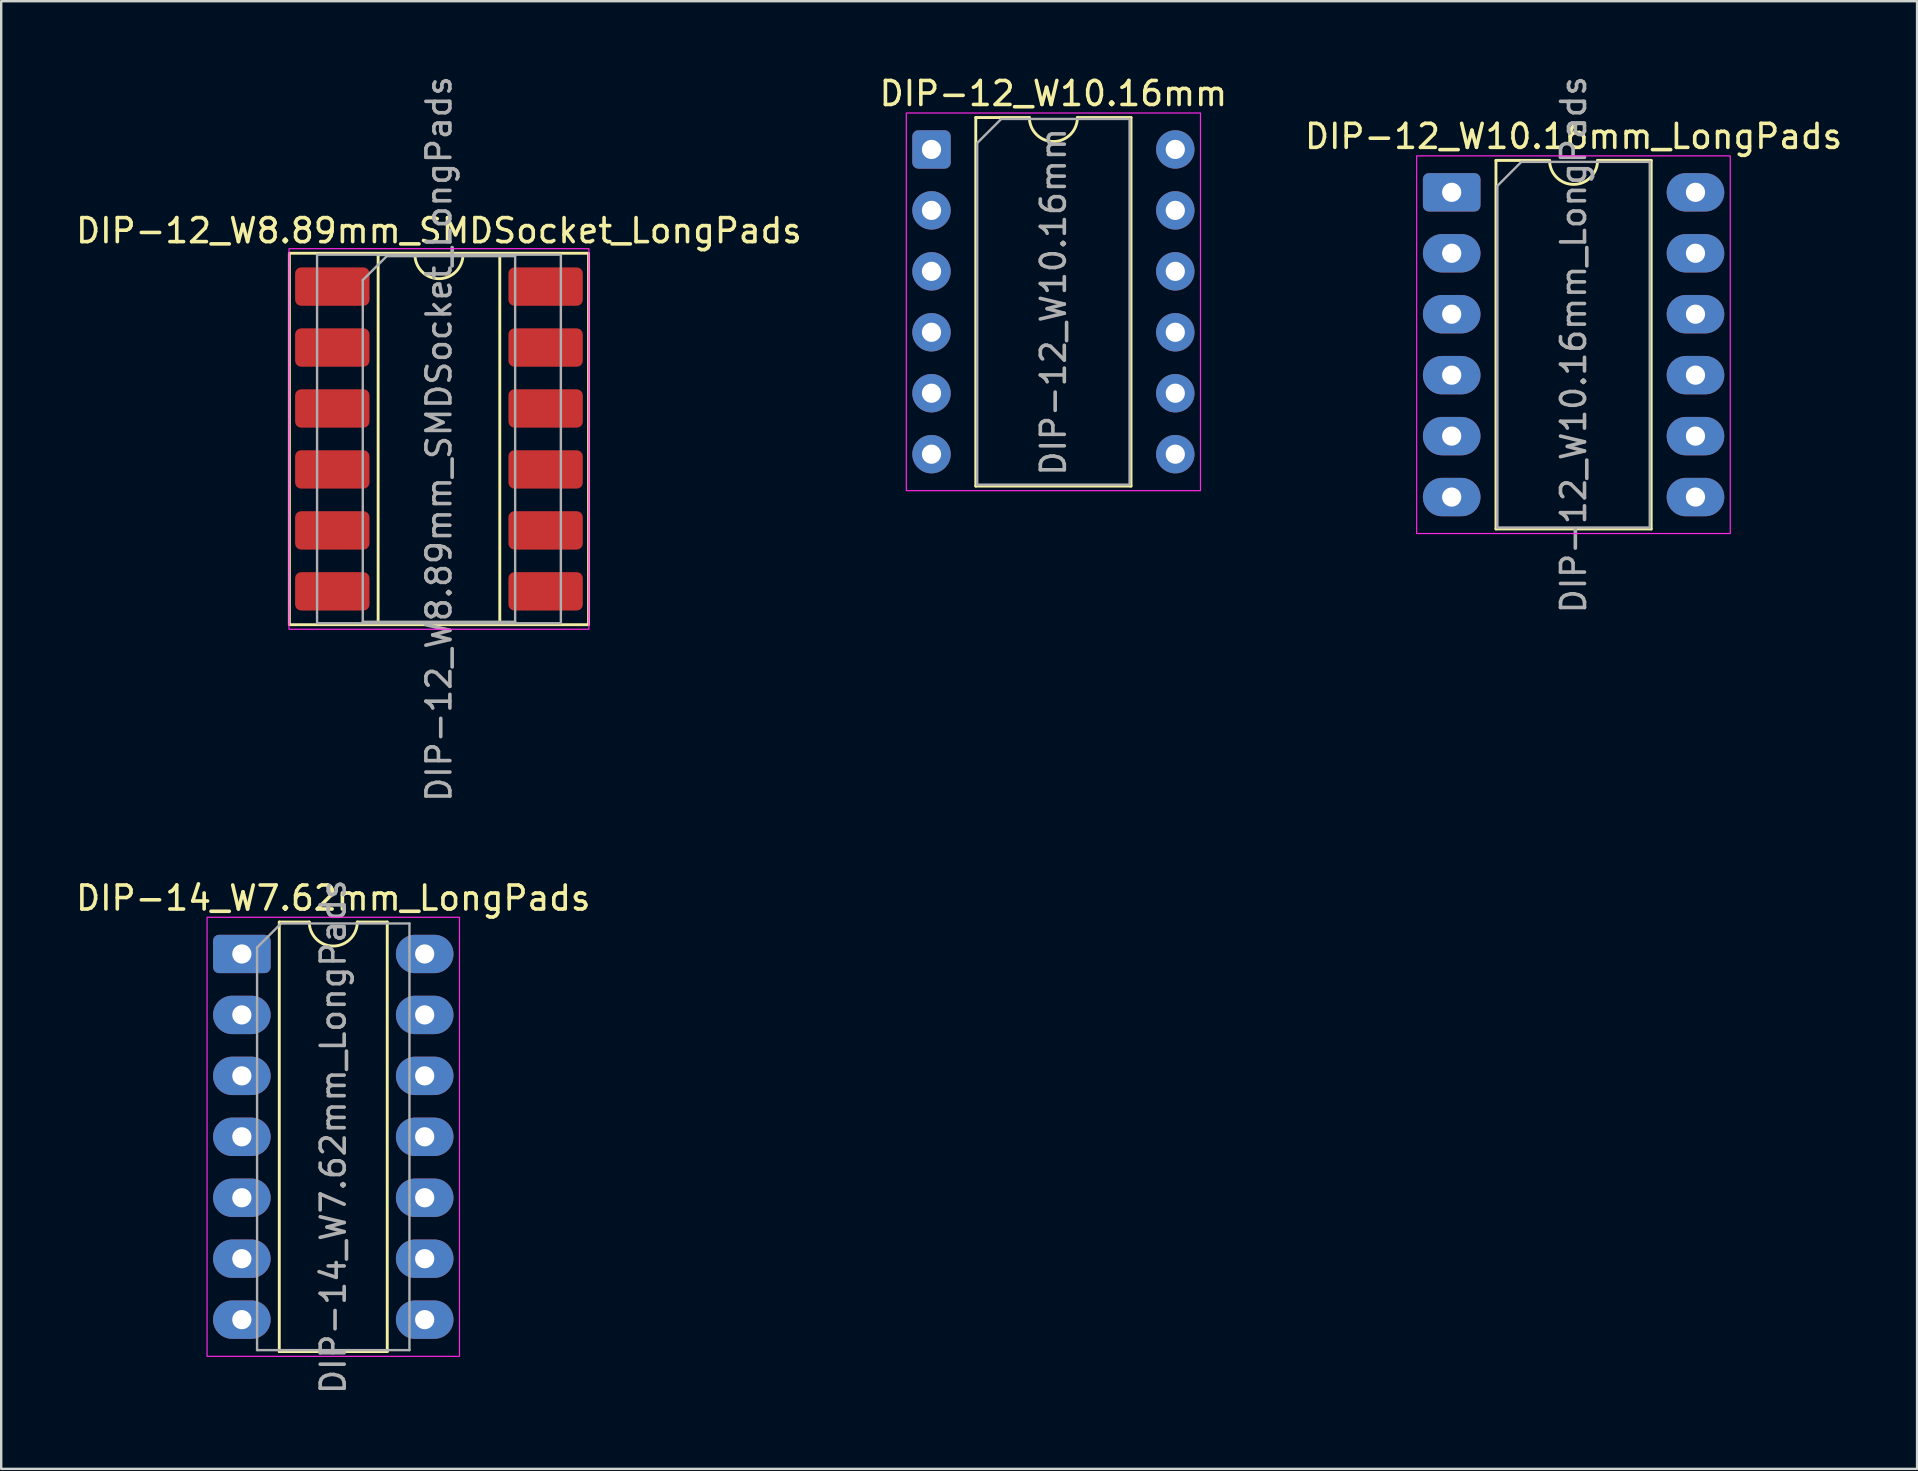
<source format=kicad_pcb>
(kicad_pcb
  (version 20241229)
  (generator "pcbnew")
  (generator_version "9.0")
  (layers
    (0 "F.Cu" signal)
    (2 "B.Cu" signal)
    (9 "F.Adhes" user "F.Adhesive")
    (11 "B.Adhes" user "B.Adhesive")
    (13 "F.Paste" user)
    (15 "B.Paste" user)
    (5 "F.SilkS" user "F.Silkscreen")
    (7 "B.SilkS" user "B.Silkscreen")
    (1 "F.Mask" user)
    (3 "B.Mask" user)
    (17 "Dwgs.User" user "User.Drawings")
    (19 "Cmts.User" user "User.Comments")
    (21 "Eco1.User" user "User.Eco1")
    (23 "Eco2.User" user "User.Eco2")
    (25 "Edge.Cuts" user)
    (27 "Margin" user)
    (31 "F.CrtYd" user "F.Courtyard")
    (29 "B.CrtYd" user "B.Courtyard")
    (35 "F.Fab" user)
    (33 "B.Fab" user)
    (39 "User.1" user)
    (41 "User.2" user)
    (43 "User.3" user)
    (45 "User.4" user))
  (footprint "DIP-12_W10.16mm"
    (layer "F.Cu")
    (at 35.771 3.178)
    (property "Reference" "DIP-12_W10.16mm" (at 5.08 -2.33 0) (layer "F.SilkS") (effects (font (size 1 1) (thickness 0.15))))
    (attr through_hole)
    (fp_line (start 1.845 -1.33) (end 1.845 14.03) (stroke (width 0.12) (type solid)) (layer "F.SilkS"))
    (fp_line (start 1.845 14.03) (end 8.315 14.03) (stroke (width 0.12) (type solid)) (layer "F.SilkS"))
    (fp_line (start 4.08 -1.33) (end 1.845 -1.33) (stroke (width 0.12) (type solid)) (layer "F.SilkS"))
    (fp_line (start 8.315 -1.33) (end 6.08 -1.33) (stroke (width 0.12) (type solid)) (layer "F.SilkS"))
    (fp_line (start 8.315 14.03) (end 8.315 -1.33) (stroke (width 0.12) (type solid)) (layer "F.SilkS"))
    (fp_arc (start 6.08 -1.33) (mid 5.08 -0.33) (end 4.08 -1.33) (stroke (width 0.12) (type solid)) (layer "F.SilkS"))
    (fp_rect (start -1.05 -1.52) (end 11.21 14.22) (stroke (width 0.05) (type solid)) (fill no) (layer "F.CrtYd"))
    (fp_line (start 1.905 -0.27) (end 2.905 -1.27) (stroke (width 0.1) (type solid)) (layer "F.Fab"))
    (fp_line (start 1.905 13.97) (end 1.905 -0.27) (stroke (width 0.1) (type solid)) (layer "F.Fab"))
    (fp_line (start 2.905 -1.27) (end 8.255 -1.27) (stroke (width 0.1) (type solid)) (layer "F.Fab"))
    (fp_line (start 8.255 -1.27) (end 8.255 13.97) (stroke (width 0.1) (type solid)) (layer "F.Fab"))
    (fp_line (start 8.255 13.97) (end 1.905 13.97) (stroke (width 0.1) (type solid)) (layer "F.Fab"))
    (fp_text user "${REFERENCE}" (at 5.08 6.35 90) (layer "F.Fab") (effects (font (size 1 1) (thickness 0.15))))
    (pad "1" thru_hole roundrect (at 0 0) (size 1.6 1.6) (drill 0.8) (layers "*.Cu" "*.Mask") (roundrect_rratio 0.156))
    (pad "2" thru_hole circle (at 0 2.54) (size 1.6 1.6) (drill 0.8) (layers "*.Cu" "*.Mask"))
    (pad "3" thru_hole circle (at 0 5.08) (size 1.6 1.6) (drill 0.8) (layers "*.Cu" "*.Mask"))
    (pad "4" thru_hole circle (at 0 7.62) (size 1.6 1.6) (drill 0.8) (layers "*.Cu" "*.Mask"))
    (pad "5" thru_hole circle (at 0 10.16) (size 1.6 1.6) (drill 0.8) (layers "*.Cu" "*.Mask"))
    (pad "6" thru_hole circle (at 0 12.7) (size 1.6 1.6) (drill 0.8) (layers "*.Cu" "*.Mask"))
    (pad "7" thru_hole circle (at 10.16 12.7) (size 1.6 1.6) (drill 0.8) (layers "*.Cu" "*.Mask"))
    (pad "8" thru_hole circle (at 10.16 10.16) (size 1.6 1.6) (drill 0.8) (layers "*.Cu" "*.Mask"))
    (pad "9" thru_hole circle (at 10.16 7.62) (size 1.6 1.6) (drill 0.8) (layers "*.Cu" "*.Mask"))
    (pad "10" thru_hole circle (at 10.16 5.08) (size 1.6 1.6) (drill 0.8) (layers "*.Cu" "*.Mask"))
    (pad "11" thru_hole circle (at 10.16 2.54) (size 1.6 1.6) (drill 0.8) (layers "*.Cu" "*.Mask"))
    (pad "12" thru_hole circle (at 10.16 0) (size 1.6 1.6) (drill 0.8) (layers "*.Cu" "*.Mask")))
  (footprint "DIP-12_W8.89mm_SMDSocket_LongPads"
    (layer "F.Cu")
    (at 15.244 15.244)
    (property "Reference" "DIP-12_W8.89mm_SMDSocket_LongPads" (at 0 -8.68 0) (layer "F.SilkS") (effects (font (size 1 1) (thickness 0.15))))
    (attr smd)
    (fp_line (start -2.535 -7.68) (end -2.535 7.68) (stroke (width 0.12) (type solid)) (layer "F.SilkS"))
    (fp_line (start -2.535 7.68) (end 2.535 7.68) (stroke (width 0.12) (type solid)) (layer "F.SilkS"))
    (fp_line (start -1 -7.68) (end -2.535 -7.68) (stroke (width 0.12) (type solid)) (layer "F.SilkS"))
    (fp_line (start 2.535 -7.68) (end 1 -7.68) (stroke (width 0.12) (type solid)) (layer "F.SilkS"))
    (fp_line (start 2.535 7.68) (end 2.535 -7.68) (stroke (width 0.12) (type solid)) (layer "F.SilkS"))
    (fp_rect (start -6.235 -7.74) (end 6.235 7.74) (stroke (width 0.12) (type solid)) (fill no) (layer "F.SilkS"))
    (fp_arc (start 1 -7.68) (mid 0 -6.68) (end -1 -7.68) (stroke (width 0.12) (type solid)) (layer "F.SilkS"))
    (fp_rect (start -6.25 -7.93) (end 6.25 7.93) (stroke (width 0.05) (type solid)) (fill no) (layer "F.CrtYd"))
    (fp_line (start -3.175 -6.62) (end -2.175 -7.62) (stroke (width 0.1) (type solid)) (layer "F.Fab"))
    (fp_line (start -3.175 7.62) (end -3.175 -6.62) (stroke (width 0.1) (type solid)) (layer "F.Fab"))
    (fp_line (start -2.175 -7.62) (end 3.175 -7.62) (stroke (width 0.1) (type solid)) (layer "F.Fab"))
    (fp_line (start 3.175 -7.62) (end 3.175 7.62) (stroke (width 0.1) (type solid)) (layer "F.Fab"))
    (fp_line (start 3.175 7.62) (end -3.175 7.62) (stroke (width 0.1) (type solid)) (layer "F.Fab"))
    (fp_rect (start -5.08 -7.68) (end 5.08 7.68) (stroke (width 0.1) (type solid)) (fill no) (layer "F.Fab"))
    (fp_text user "${REFERENCE}" (at 0 0 90) (layer "F.Fab") (effects (font (size 1 1) (thickness 0.15))))
    (pad "1" smd roundrect (at -4.445 -6.35) (size 3.1 1.6) (layers "F.Cu" "F.Mask" "F.Paste") (roundrect_rratio 0.156))
    (pad "2" smd roundrect (at -4.445 -3.81) (size 3.1 1.6) (layers "F.Cu" "F.Mask" "F.Paste") (roundrect_rratio 0.156))
    (pad "3" smd roundrect (at -4.445 -1.27) (size 3.1 1.6) (layers "F.Cu" "F.Mask" "F.Paste") (roundrect_rratio 0.156))
    (pad "4" smd roundrect (at -4.445 1.27) (size 3.1 1.6) (layers "F.Cu" "F.Mask" "F.Paste") (roundrect_rratio 0.156))
    (pad "5" smd roundrect (at -4.445 3.81) (size 3.1 1.6) (layers "F.Cu" "F.Mask" "F.Paste") (roundrect_rratio 0.156))
    (pad "6" smd roundrect (at -4.445 6.35) (size 3.1 1.6) (layers "F.Cu" "F.Mask" "F.Paste") (roundrect_rratio 0.156))
    (pad "7" smd roundrect (at 4.445 6.35) (size 3.1 1.6) (layers "F.Cu" "F.Mask" "F.Paste") (roundrect_rratio 0.156))
    (pad "8" smd roundrect (at 4.445 3.81) (size 3.1 1.6) (layers "F.Cu" "F.Mask" "F.Paste") (roundrect_rratio 0.156))
    (pad "9" smd roundrect (at 4.445 1.27) (size 3.1 1.6) (layers "F.Cu" "F.Mask" "F.Paste") (roundrect_rratio 0.156))
    (pad "10" smd roundrect (at 4.445 -1.27) (size 3.1 1.6) (layers "F.Cu" "F.Mask" "F.Paste") (roundrect_rratio 0.156))
    (pad "11" smd roundrect (at 4.445 -3.81) (size 3.1 1.6) (layers "F.Cu" "F.Mask" "F.Paste") (roundrect_rratio 0.156))
    (pad "12" smd roundrect (at 4.445 -6.35) (size 3.1 1.6) (layers "F.Cu" "F.Mask" "F.Paste") (roundrect_rratio 0.156)))
  (footprint "DIP-14_W7.62mm_LongPads"
    (layer "F.Cu")
    (at 7.029 36.707)
    (property "Reference" "DIP-14_W7.62mm_LongPads" (at 3.81 -2.33 0) (layer "F.SilkS") (effects (font (size 1 1) (thickness 0.15))))
    (attr through_hole)
    (fp_line (start 1.56 -1.33) (end 1.56 16.57) (stroke (width 0.12) (type solid)) (layer "F.SilkS"))
    (fp_line (start 1.56 16.57) (end 6.06 16.57) (stroke (width 0.12) (type solid)) (layer "F.SilkS"))
    (fp_line (start 2.81 -1.33) (end 1.56 -1.33) (stroke (width 0.12) (type solid)) (layer "F.SilkS"))
    (fp_line (start 6.06 -1.33) (end 4.81 -1.33) (stroke (width 0.12) (type solid)) (layer "F.SilkS"))
    (fp_line (start 6.06 16.57) (end 6.06 -1.33) (stroke (width 0.12) (type solid)) (layer "F.SilkS"))
    (fp_arc (start 4.81 -1.33) (mid 3.81 -0.33) (end 2.81 -1.33) (stroke (width 0.12) (type solid)) (layer "F.SilkS"))
    (fp_rect (start -1.45 -1.53) (end 9.07 16.77) (stroke (width 0.05) (type solid)) (fill no) (layer "F.CrtYd"))
    (fp_line (start 0.635 -0.27) (end 1.635 -1.27) (stroke (width 0.1) (type solid)) (layer "F.Fab"))
    (fp_line (start 0.635 16.51) (end 0.635 -0.27) (stroke (width 0.1) (type solid)) (layer "F.Fab"))
    (fp_line (start 1.635 -1.27) (end 6.985 -1.27) (stroke (width 0.1) (type solid)) (layer "F.Fab"))
    (fp_line (start 6.985 -1.27) (end 6.985 16.51) (stroke (width 0.1) (type solid)) (layer "F.Fab"))
    (fp_line (start 6.985 16.51) (end 0.635 16.51) (stroke (width 0.1) (type solid)) (layer "F.Fab"))
    (fp_text user "${REFERENCE}" (at 3.81 7.62 90) (layer "F.Fab") (effects (font (size 1 1) (thickness 0.15))))
    (pad "1" thru_hole roundrect (at 0 0) (size 2.4 1.6) (drill 0.8) (layers "*.Cu" "*.Mask") (roundrect_rratio 0.156))
    (pad "2" thru_hole oval (at 0 2.54) (size 2.4 1.6) (drill 0.8) (layers "*.Cu" "*.Mask"))
    (pad "3" thru_hole oval (at 0 5.08) (size 2.4 1.6) (drill 0.8) (layers "*.Cu" "*.Mask"))
    (pad "4" thru_hole oval (at 0 7.62) (size 2.4 1.6) (drill 0.8) (layers "*.Cu" "*.Mask"))
    (pad "5" thru_hole oval (at 0 10.16) (size 2.4 1.6) (drill 0.8) (layers "*.Cu" "*.Mask"))
    (pad "6" thru_hole oval (at 0 12.7) (size 2.4 1.6) (drill 0.8) (layers "*.Cu" "*.Mask"))
    (pad "7" thru_hole oval (at 0 15.24) (size 2.4 1.6) (drill 0.8) (layers "*.Cu" "*.Mask"))
    (pad "8" thru_hole oval (at 7.62 15.24) (size 2.4 1.6) (drill 0.8) (layers "*.Cu" "*.Mask"))
    (pad "9" thru_hole oval (at 7.62 12.7) (size 2.4 1.6) (drill 0.8) (layers "*.Cu" "*.Mask"))
    (pad "10" thru_hole oval (at 7.62 10.16) (size 2.4 1.6) (drill 0.8) (layers "*.Cu" "*.Mask"))
    (pad "11" thru_hole oval (at 7.62 7.62) (size 2.4 1.6) (drill 0.8) (layers "*.Cu" "*.Mask"))
    (pad "12" thru_hole oval (at 7.62 5.08) (size 2.4 1.6) (drill 0.8) (layers "*.Cu" "*.Mask"))
    (pad "13" thru_hole oval (at 7.62 2.54) (size 2.4 1.6) (drill 0.8) (layers "*.Cu" "*.Mask"))
    (pad "14" thru_hole oval (at 7.62 0) (size 2.4 1.6) (drill 0.8) (layers "*.Cu" "*.Mask")))
  (footprint "DIP-12_W10.16mm_LongPads"
    (layer "F.Cu")
    (at 57.45 4.965)
    (property "Reference" "DIP-12_W10.16mm_LongPads" (at 5.08 -2.33 0) (layer "F.SilkS") (effects (font (size 1 1) (thickness 0.15))))
    (attr through_hole)
    (fp_line (start 1.845 -1.33) (end 1.845 14.03) (stroke (width 0.12) (type solid)) (layer "F.SilkS"))
    (fp_line (start 1.845 14.03) (end 8.315 14.03) (stroke (width 0.12) (type solid)) (layer "F.SilkS"))
    (fp_line (start 4.08 -1.33) (end 1.845 -1.33) (stroke (width 0.12) (type solid)) (layer "F.SilkS"))
    (fp_line (start 8.315 -1.33) (end 6.08 -1.33) (stroke (width 0.12) (type solid)) (layer "F.SilkS"))
    (fp_line (start 8.315 14.03) (end 8.315 -1.33) (stroke (width 0.12) (type solid)) (layer "F.SilkS"))
    (fp_arc (start 6.08 -1.33) (mid 5.08 -0.33) (end 4.08 -1.33) (stroke (width 0.12) (type solid)) (layer "F.SilkS"))
    (fp_rect (start -1.46 -1.52) (end 11.61 14.22) (stroke (width 0.05) (type solid)) (fill no) (layer "F.CrtYd"))
    (fp_line (start 1.905 -0.27) (end 2.905 -1.27) (stroke (width 0.1) (type solid)) (layer "F.Fab"))
    (fp_line (start 1.905 13.97) (end 1.905 -0.27) (stroke (width 0.1) (type solid)) (layer "F.Fab"))
    (fp_line (start 2.905 -1.27) (end 8.255 -1.27) (stroke (width 0.1) (type solid)) (layer "F.Fab"))
    (fp_line (start 8.255 -1.27) (end 8.255 13.97) (stroke (width 0.1) (type solid)) (layer "F.Fab"))
    (fp_line (start 8.255 13.97) (end 1.905 13.97) (stroke (width 0.1) (type solid)) (layer "F.Fab"))
    (fp_text user "${REFERENCE}" (at 5.08 6.35 90) (layer "F.Fab") (effects (font (size 1 1) (thickness 0.15))))
    (pad "1" thru_hole roundrect (at 0 0) (size 2.4 1.6) (drill 0.8) (layers "*.Cu" "*.Mask") (roundrect_rratio 0.156))
    (pad "2" thru_hole oval (at 0 2.54) (size 2.4 1.6) (drill 0.8) (layers "*.Cu" "*.Mask"))
    (pad "3" thru_hole oval (at 0 5.08) (size 2.4 1.6) (drill 0.8) (layers "*.Cu" "*.Mask"))
    (pad "4" thru_hole oval (at 0 7.62) (size 2.4 1.6) (drill 0.8) (layers "*.Cu" "*.Mask"))
    (pad "5" thru_hole oval (at 0 10.16) (size 2.4 1.6) (drill 0.8) (layers "*.Cu" "*.Mask"))
    (pad "6" thru_hole oval (at 0 12.7) (size 2.4 1.6) (drill 0.8) (layers "*.Cu" "*.Mask"))
    (pad "7" thru_hole oval (at 10.16 12.7) (size 2.4 1.6) (drill 0.8) (layers "*.Cu" "*.Mask"))
    (pad "8" thru_hole oval (at 10.16 10.16) (size 2.4 1.6) (drill 0.8) (layers "*.Cu" "*.Mask"))
    (pad "9" thru_hole oval (at 10.16 7.62) (size 2.4 1.6) (drill 0.8) (layers "*.Cu" "*.Mask"))
    (pad "10" thru_hole oval (at 10.16 5.08) (size 2.4 1.6) (drill 0.8) (layers "*.Cu" "*.Mask"))
    (pad "11" thru_hole oval (at 10.16 2.54) (size 2.4 1.6) (drill 0.8) (layers "*.Cu" "*.Mask"))
    (pad "12" thru_hole oval (at 10.16 0) (size 2.4 1.6) (drill 0.8) (layers "*.Cu" "*.Mask")))
  (gr_rect
    (start -3 -3)
    (end 76.845 58.167)
    (stroke (width 0.1) (type default))
    (fill no)
    (layer "Edge.Cuts")))
</source>
